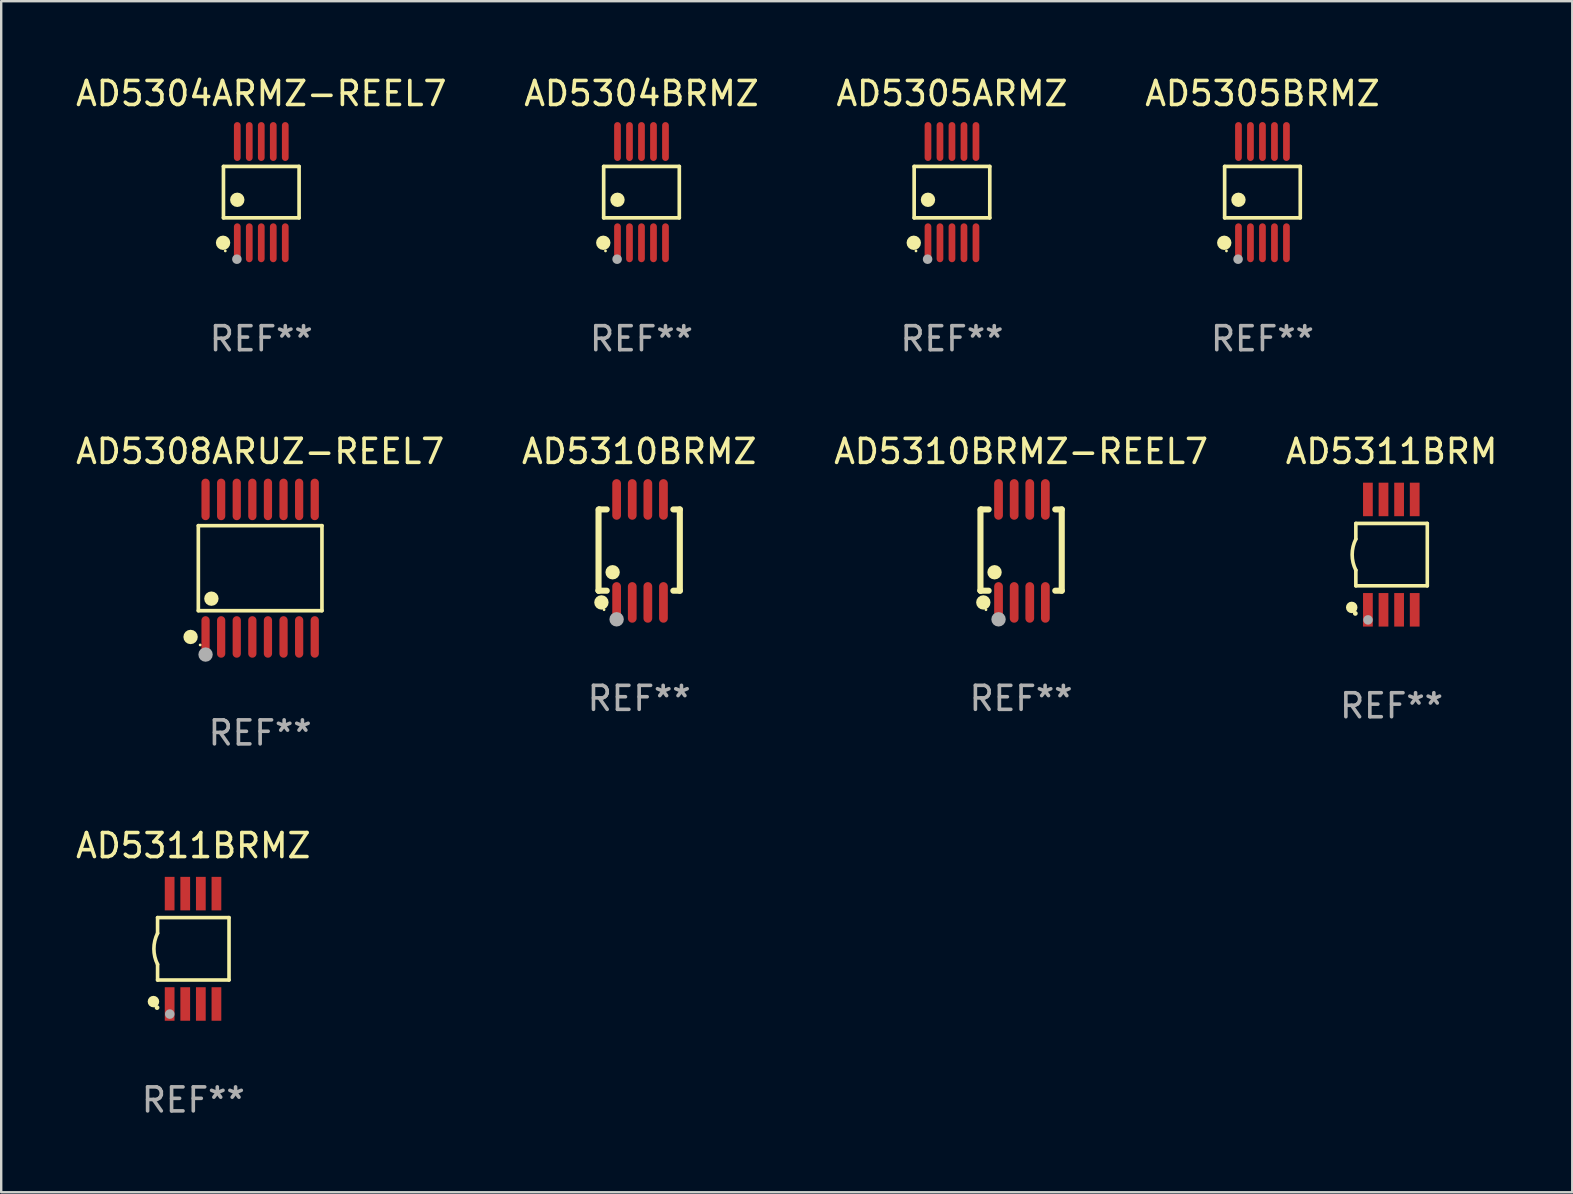
<source format=kicad_pcb>
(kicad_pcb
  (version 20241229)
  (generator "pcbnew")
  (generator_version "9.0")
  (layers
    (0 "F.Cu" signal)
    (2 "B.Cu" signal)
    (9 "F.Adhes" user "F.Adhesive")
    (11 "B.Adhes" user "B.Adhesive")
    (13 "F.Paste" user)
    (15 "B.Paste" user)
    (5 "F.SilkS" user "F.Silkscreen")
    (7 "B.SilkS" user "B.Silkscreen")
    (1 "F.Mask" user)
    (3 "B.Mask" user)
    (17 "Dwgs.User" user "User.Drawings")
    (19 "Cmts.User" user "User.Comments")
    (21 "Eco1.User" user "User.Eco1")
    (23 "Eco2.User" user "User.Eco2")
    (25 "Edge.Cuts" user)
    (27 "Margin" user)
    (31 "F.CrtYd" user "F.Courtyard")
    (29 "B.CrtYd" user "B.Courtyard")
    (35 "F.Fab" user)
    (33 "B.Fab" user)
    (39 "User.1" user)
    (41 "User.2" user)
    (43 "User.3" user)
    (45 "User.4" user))
  (footprint "AD5310BRMZ-REEL7"
    (layer "F.Cu")
    (at 39.506 19.911)
    (property "Reference" "AD5310BRMZ-REEL7" (at 0 -4.146 0) (layer "F.SilkS") (effects (font (size 1 1) (thickness 0.15))))
    (attr through_hole)
    (fp_line (start -1.694 -1.724) (end -1.694 1.652) (stroke (width 0.254) (type solid)) (layer "F.SilkS"))
    (fp_line (start -1.694 1.652) (end -1.688 1.658) (stroke (width 0.254) (type solid)) (layer "F.SilkS"))
    (fp_line (start -1.688 1.658) (end -1.353 1.658) (stroke (width 0.254) (type solid)) (layer "F.SilkS"))
    (fp_line (start -1.661 -1.73) (end -1.681 -1.71) (stroke (width 0.254) (type solid)) (layer "F.SilkS"))
    (fp_line (start -1.353 -1.73) (end -1.661 -1.73) (stroke (width 0.254) (type solid)) (layer "F.SilkS"))
    (fp_line (start 1.424 1.658) (end 1.694 1.658) (stroke (width 0.254) (type solid)) (layer "F.SilkS"))
    (fp_line (start 1.694 -1.73) (end 1.424 -1.73) (stroke (width 0.254) (type solid)) (layer "F.SilkS"))
    (fp_line (start 1.694 1.658) (end 1.694 -1.73) (stroke (width 0.254) (type solid)) (layer "F.SilkS"))
    (fp_circle (center -1.574 2.146) (end -1.424 2.146) (stroke (width 0.3) (type solid)) (fill no) (layer "F.SilkS"))
    (fp_circle (center -1.464 2.45) (end -1.434 2.45) (stroke (width 0.06) (type solid)) (fill no) (layer "F.SilkS"))
    (fp_circle (center -1.107 0.889) (end -0.957 0.889) (stroke (width 0.3) (type solid)) (fill no) (layer "F.SilkS"))
    (fp_circle (center -0.94 2.85) (end -0.789 2.85) (stroke (width 0.3) (type solid)) (fill no) (layer "F.Fab"))
    (fp_text user "REF**" (at 0 6.146 0) (layer "F.Fab") (effects (font (size 1 1) (thickness 0.15))))
    (pad "1" smd oval (at -0.94 2.146) (size 0.364 1.692) (layers "F.Cu" "F.Mask" "F.Paste"))
    (pad "2" smd oval (at -0.289 2.146) (size 0.364 1.692) (layers "F.Cu" "F.Mask" "F.Paste"))
    (pad "3" smd oval (at 0.361 2.146) (size 0.364 1.692) (layers "F.Cu" "F.Mask" "F.Paste"))
    (pad "4" smd oval (at 1.011 2.146) (size 0.364 1.692) (layers "F.Cu" "F.Mask" "F.Paste"))
    (pad "5" smd oval (at 1.011 -2.146) (size 0.364 1.692) (layers "F.Cu" "F.Mask" "F.Paste"))
    (pad "6" smd oval (at 0.361 -2.146) (size 0.364 1.692) (layers "F.Cu" "F.Mask" "F.Paste"))
    (pad "7" smd oval (at -0.289 -2.146) (size 0.364 1.692) (layers "F.Cu" "F.Mask" "F.Paste"))
    (pad "8" smd oval (at -0.94 -2.146) (size 0.364 1.692) (layers "F.Cu" "F.Mask" "F.Paste")))
  (footprint "AD5311BRMZ"
    (layer "F.Cu")
    (at 5.006 36.493)
    (property "Reference" "AD5311BRMZ" (at 0 -4.3 0) (layer "F.SilkS") (effects (font (size 1 1) (thickness 0.15))))
    (attr through_hole)
    (fp_line (start -1.489 -1.3) (end -1.489 -0.648) (stroke (width 0.15) (type solid)) (layer "F.SilkS"))
    (fp_line (start -1.489 0.648) (end -1.489 1.3) (stroke (width 0.15) (type solid)) (layer "F.SilkS"))
    (fp_line (start -1.489 1.3) (end 1.489 1.3) (stroke (width 0.15) (type solid)) (layer "F.SilkS"))
    (fp_line (start 1.489 -1.3) (end -1.489 -1.3) (stroke (width 0.15) (type solid)) (layer "F.SilkS"))
    (fp_line (start 1.489 1.3) (end 1.489 -1.3) (stroke (width 0.15) (type solid)) (layer "F.SilkS"))
    (fp_arc (start -1.489205 0.647702) (mid -1.642107 0) (end -1.489205 -0.647701) (stroke (width 0.150013) (type solid)) (layer "F.SilkS"))
    (fp_circle (center -1.661 2.2) (end -1.541 2.2) (stroke (width 0.24) (type solid)) (fill no) (layer "F.SilkS"))
    (fp_circle (center -1.511 2.45) (end -1.461 2.45) (stroke (width 0.1) (type solid)) (fill no) (layer "F.SilkS"))
    (fp_circle (center -0.981 2.72) (end -0.881 2.72) (stroke (width 0.2) (type solid)) (fill no) (layer "F.Fab"))
    (fp_text user "REF**" (at 0 6.3 0) (layer "F.Fab") (effects (font (size 1 1) (thickness 0.15))))
    (pad "1" smd rect (at -0.986 2.3) (size 0.406 1.397) (layers "F.Cu" "F.Mask" "F.Paste"))
    (pad "2" smd rect (at -0.336 2.3) (size 0.406 1.397) (layers "F.Cu" "F.Mask" "F.Paste"))
    (pad "3" smd rect (at 0.314 2.3) (size 0.406 1.397) (layers "F.Cu" "F.Mask" "F.Paste"))
    (pad "4" smd rect (at 0.964 2.3) (size 0.406 1.397) (layers "F.Cu" "F.Mask" "F.Paste"))
    (pad "5" smd rect (at 0.964 -2.3) (size 0.406 1.397) (layers "F.Cu" "F.Mask" "F.Paste"))
    (pad "6" smd rect (at 0.314 -2.3) (size 0.406 1.397) (layers "F.Cu" "F.Mask" "F.Paste"))
    (pad "7" smd rect (at -0.336 -2.3) (size 0.406 1.397) (layers "F.Cu" "F.Mask" "F.Paste"))
    (pad "8" smd rect (at -0.986 -2.3) (size 0.406 1.397) (layers "F.Cu" "F.Mask" "F.Paste")))
  (footprint "AD5304ARMZ-REEL7"
    (layer "F.Cu")
    (at 7.839 4.958)
    (property "Reference" "AD5304ARMZ-REEL7" (at 0 -4.11 0) (layer "F.SilkS") (effects (font (size 1 1) (thickness 0.15))))
    (attr through_hole)
    (fp_line (start -1.576 -1.071) (end 1.576 -1.071) (stroke (width 0.152) (type solid)) (layer "F.SilkS"))
    (fp_line (start -1.576 1.071) (end -1.576 -1.071) (stroke (width 0.152) (type solid)) (layer "F.SilkS"))
    (fp_line (start 1.576 -1.071) (end 1.576 1.071) (stroke (width 0.152) (type solid)) (layer "F.SilkS"))
    (fp_line (start 1.576 1.071) (end -1.576 1.071) (stroke (width 0.152) (type solid)) (layer "F.SilkS"))
    (fp_circle (center -1.592 2.11) (end -1.442 2.11) (stroke (width 0.3) (type solid)) (fill no) (layer "F.SilkS"))
    (fp_circle (center -1.5 2.45) (end -1.47 2.45) (stroke (width 0.06) (type solid)) (fill no) (layer "F.SilkS"))
    (fp_circle (center -1 0.319) (end -0.85 0.319) (stroke (width 0.3) (type solid)) (fill no) (layer "F.SilkS"))
    (fp_circle (center -1.016 2.794) (end -0.916 2.794) (stroke (width 0.2) (type solid)) (fill no) (layer "F.Fab"))
    (fp_text user "REF**" (at 0 6.11 0) (layer "F.Fab") (effects (font (size 1 1) (thickness 0.15))))
    (pad "1" smd oval (at -1 2.11) (size 0.28 1.62) (layers "F.Cu" "F.Mask" "F.Paste"))
    (pad "2" smd oval (at -0.5 2.11) (size 0.28 1.62) (layers "F.Cu" "F.Mask" "F.Paste"))
    (pad "3" smd oval (at 0 2.11) (size 0.28 1.62) (layers "F.Cu" "F.Mask" "F.Paste"))
    (pad "4" smd oval (at 0.5 2.11) (size 0.28 1.62) (layers "F.Cu" "F.Mask" "F.Paste"))
    (pad "5" smd oval (at 1 2.11) (size 0.28 1.62) (layers "F.Cu" "F.Mask" "F.Paste"))
    (pad "6" smd oval (at 1 -2.11) (size 0.28 1.62) (layers "F.Cu" "F.Mask" "F.Paste"))
    (pad "7" smd oval (at 0.5 -2.11) (size 0.28 1.62) (layers "F.Cu" "F.Mask" "F.Paste"))
    (pad "8" smd oval (at 0 -2.11) (size 0.28 1.62) (layers "F.Cu" "F.Mask" "F.Paste"))
    (pad "9" smd oval (at -0.5 -2.11) (size 0.28 1.62) (layers "F.Cu" "F.Mask" "F.Paste"))
    (pad "10" smd oval (at -1 -2.11) (size 0.28 1.62) (layers "F.Cu" "F.Mask" "F.Paste")))
  (footprint "AD5311BRM"
    (layer "F.Cu")
    (at 54.946 20.065)
    (property "Reference" "AD5311BRM" (at 0 -4.3 0) (layer "F.SilkS") (effects (font (size 1 1) (thickness 0.15))))
    (attr through_hole)
    (fp_line (start -1.489 -1.3) (end -1.489 -0.648) (stroke (width 0.15) (type solid)) (layer "F.SilkS"))
    (fp_line (start -1.489 0.648) (end -1.489 1.3) (stroke (width 0.15) (type solid)) (layer "F.SilkS"))
    (fp_line (start -1.489 1.3) (end 1.489 1.3) (stroke (width 0.15) (type solid)) (layer "F.SilkS"))
    (fp_line (start 1.489 -1.3) (end -1.489 -1.3) (stroke (width 0.15) (type solid)) (layer "F.SilkS"))
    (fp_line (start 1.489 1.3) (end 1.489 -1.3) (stroke (width 0.15) (type solid)) (layer "F.SilkS"))
    (fp_arc (start -1.489205 0.647702) (mid -1.642107 0) (end -1.489205 -0.647701) (stroke (width 0.150013) (type solid)) (layer "F.SilkS"))
    (fp_circle (center -1.661 2.2) (end -1.541 2.2) (stroke (width 0.24) (type solid)) (fill no) (layer "F.SilkS"))
    (fp_circle (center -1.511 2.45) (end -1.461 2.45) (stroke (width 0.1) (type solid)) (fill no) (layer "F.SilkS"))
    (fp_circle (center -0.981 2.72) (end -0.881 2.72) (stroke (width 0.2) (type solid)) (fill no) (layer "F.Fab"))
    (fp_text user "REF**" (at 0 6.3 0) (layer "F.Fab") (effects (font (size 1 1) (thickness 0.15))))
    (pad "1" smd rect (at -0.986 2.3) (size 0.406 1.397) (layers "F.Cu" "F.Mask" "F.Paste"))
    (pad "2" smd rect (at -0.336 2.3) (size 0.406 1.397) (layers "F.Cu" "F.Mask" "F.Paste"))
    (pad "3" smd rect (at 0.314 2.3) (size 0.406 1.397) (layers "F.Cu" "F.Mask" "F.Paste"))
    (pad "4" smd rect (at 0.964 2.3) (size 0.406 1.397) (layers "F.Cu" "F.Mask" "F.Paste"))
    (pad "5" smd rect (at 0.964 -2.3) (size 0.406 1.397) (layers "F.Cu" "F.Mask" "F.Paste"))
    (pad "6" smd rect (at 0.314 -2.3) (size 0.406 1.397) (layers "F.Cu" "F.Mask" "F.Paste"))
    (pad "7" smd rect (at -0.336 -2.3) (size 0.406 1.397) (layers "F.Cu" "F.Mask" "F.Paste"))
    (pad "8" smd rect (at -0.986 -2.3) (size 0.406 1.397) (layers "F.Cu" "F.Mask" "F.Paste")))
  (footprint "AD5310BRMZ"
    (layer "F.Cu")
    (at 23.589 19.911)
    (property "Reference" "AD5310BRMZ" (at 0 -4.146 0) (layer "F.SilkS") (effects (font (size 1 1) (thickness 0.15))))
    (attr through_hole)
    (fp_line (start -1.694 -1.724) (end -1.694 1.652) (stroke (width 0.254) (type solid)) (layer "F.SilkS"))
    (fp_line (start -1.694 1.652) (end -1.688 1.658) (stroke (width 0.254) (type solid)) (layer "F.SilkS"))
    (fp_line (start -1.688 1.658) (end -1.353 1.658) (stroke (width 0.254) (type solid)) (layer "F.SilkS"))
    (fp_line (start -1.661 -1.73) (end -1.681 -1.71) (stroke (width 0.254) (type solid)) (layer "F.SilkS"))
    (fp_line (start -1.353 -1.73) (end -1.661 -1.73) (stroke (width 0.254) (type solid)) (layer "F.SilkS"))
    (fp_line (start 1.424 1.658) (end 1.694 1.658) (stroke (width 0.254) (type solid)) (layer "F.SilkS"))
    (fp_line (start 1.694 -1.73) (end 1.424 -1.73) (stroke (width 0.254) (type solid)) (layer "F.SilkS"))
    (fp_line (start 1.694 1.658) (end 1.694 -1.73) (stroke (width 0.254) (type solid)) (layer "F.SilkS"))
    (fp_circle (center -1.574 2.146) (end -1.424 2.146) (stroke (width 0.3) (type solid)) (fill no) (layer "F.SilkS"))
    (fp_circle (center -1.464 2.45) (end -1.434 2.45) (stroke (width 0.06) (type solid)) (fill no) (layer "F.SilkS"))
    (fp_circle (center -1.107 0.889) (end -0.957 0.889) (stroke (width 0.3) (type solid)) (fill no) (layer "F.SilkS"))
    (fp_circle (center -0.94 2.85) (end -0.789 2.85) (stroke (width 0.3) (type solid)) (fill no) (layer "F.Fab"))
    (fp_text user "REF**" (at 0 6.146 0) (layer "F.Fab") (effects (font (size 1 1) (thickness 0.15))))
    (pad "1" smd oval (at -0.94 2.146) (size 0.364 1.692) (layers "F.Cu" "F.Mask" "F.Paste"))
    (pad "2" smd oval (at -0.289 2.146) (size 0.364 1.692) (layers "F.Cu" "F.Mask" "F.Paste"))
    (pad "3" smd oval (at 0.361 2.146) (size 0.364 1.692) (layers "F.Cu" "F.Mask" "F.Paste"))
    (pad "4" smd oval (at 1.011 2.146) (size 0.364 1.692) (layers "F.Cu" "F.Mask" "F.Paste"))
    (pad "5" smd oval (at 1.011 -2.146) (size 0.364 1.692) (layers "F.Cu" "F.Mask" "F.Paste"))
    (pad "6" smd oval (at 0.361 -2.146) (size 0.364 1.692) (layers "F.Cu" "F.Mask" "F.Paste"))
    (pad "7" smd oval (at -0.289 -2.146) (size 0.364 1.692) (layers "F.Cu" "F.Mask" "F.Paste"))
    (pad "8" smd oval (at -0.94 -2.146) (size 0.364 1.692) (layers "F.Cu" "F.Mask" "F.Paste")))
  (footprint "AD5304BRMZ"
    (layer "F.Cu")
    (at 23.685 4.958)
    (property "Reference" "AD5304BRMZ" (at 0 -4.11 0) (layer "F.SilkS") (effects (font (size 1 1) (thickness 0.15))))
    (attr through_hole)
    (fp_line (start -1.576 -1.071) (end 1.576 -1.071) (stroke (width 0.152) (type solid)) (layer "F.SilkS"))
    (fp_line (start -1.576 1.071) (end -1.576 -1.071) (stroke (width 0.152) (type solid)) (layer "F.SilkS"))
    (fp_line (start 1.576 -1.071) (end 1.576 1.071) (stroke (width 0.152) (type solid)) (layer "F.SilkS"))
    (fp_line (start 1.576 1.071) (end -1.576 1.071) (stroke (width 0.152) (type solid)) (layer "F.SilkS"))
    (fp_circle (center -1.592 2.11) (end -1.442 2.11) (stroke (width 0.3) (type solid)) (fill no) (layer "F.SilkS"))
    (fp_circle (center -1.5 2.45) (end -1.47 2.45) (stroke (width 0.06) (type solid)) (fill no) (layer "F.SilkS"))
    (fp_circle (center -1 0.319) (end -0.85 0.319) (stroke (width 0.3) (type solid)) (fill no) (layer "F.SilkS"))
    (fp_circle (center -1.016 2.794) (end -0.916 2.794) (stroke (width 0.2) (type solid)) (fill no) (layer "F.Fab"))
    (fp_text user "REF**" (at 0 6.11 0) (layer "F.Fab") (effects (font (size 1 1) (thickness 0.15))))
    (pad "1" smd oval (at -1 2.11) (size 0.28 1.62) (layers "F.Cu" "F.Mask" "F.Paste"))
    (pad "2" smd oval (at -0.5 2.11) (size 0.28 1.62) (layers "F.Cu" "F.Mask" "F.Paste"))
    (pad "3" smd oval (at 0 2.11) (size 0.28 1.62) (layers "F.Cu" "F.Mask" "F.Paste"))
    (pad "4" smd oval (at 0.5 2.11) (size 0.28 1.62) (layers "F.Cu" "F.Mask" "F.Paste"))
    (pad "5" smd oval (at 1 2.11) (size 0.28 1.62) (layers "F.Cu" "F.Mask" "F.Paste"))
    (pad "6" smd oval (at 1 -2.11) (size 0.28 1.62) (layers "F.Cu" "F.Mask" "F.Paste"))
    (pad "7" smd oval (at 0.5 -2.11) (size 0.28 1.62) (layers "F.Cu" "F.Mask" "F.Paste"))
    (pad "8" smd oval (at 0 -2.11) (size 0.28 1.62) (layers "F.Cu" "F.Mask" "F.Paste"))
    (pad "9" smd oval (at -0.5 -2.11) (size 0.28 1.62) (layers "F.Cu" "F.Mask" "F.Paste"))
    (pad "10" smd oval (at -1 -2.11) (size 0.28 1.62) (layers "F.Cu" "F.Mask" "F.Paste")))
  (footprint "AD5308ARUZ-REEL7"
    (layer "F.Cu")
    (at 7.792 20.63)
    (property "Reference" "AD5308ARUZ-REEL7" (at 0 -4.866 0) (layer "F.SilkS") (effects (font (size 1 1) (thickness 0.15))))
    (attr through_hole)
    (fp_line (start -2.576 -1.772) (end 2.576 -1.772) (stroke (width 0.152) (type solid)) (layer "F.SilkS"))
    (fp_line (start -2.576 1.771) (end -2.576 -1.772) (stroke (width 0.152) (type solid)) (layer "F.SilkS"))
    (fp_line (start 2.576 -1.772) (end 2.576 1.771) (stroke (width 0.152) (type solid)) (layer "F.SilkS"))
    (fp_line (start 2.576 1.771) (end -2.576 1.771) (stroke (width 0.152) (type solid)) (layer "F.SilkS"))
    (fp_circle (center -2.899 2.866) (end -2.749 2.866) (stroke (width 0.3) (type solid)) (fill no) (layer "F.SilkS"))
    (fp_circle (center -2.5 3.2) (end -2.47 3.2) (stroke (width 0.06) (type solid)) (fill no) (layer "F.SilkS"))
    (fp_circle (center -2.032 1.27) (end -1.882 1.27) (stroke (width 0.3) (type solid)) (fill no) (layer "F.SilkS"))
    (fp_circle (center -2.275 3.6) (end -2.125 3.6) (stroke (width 0.3) (type solid)) (fill no) (layer "F.Fab"))
    (fp_text user "REF**" (at 0 6.866 0) (layer "F.Fab") (effects (font (size 1 1) (thickness 0.15))))
    (pad "1" smd oval (at -2.275 2.866) (size 0.343 1.731) (layers "F.Cu" "F.Mask" "F.Paste"))
    (pad "2" smd oval (at -1.625 2.866) (size 0.343 1.731) (layers "F.Cu" "F.Mask" "F.Paste"))
    (pad "3" smd oval (at -0.975 2.866) (size 0.343 1.731) (layers "F.Cu" "F.Mask" "F.Paste"))
    (pad "4" smd oval (at -0.325 2.866) (size 0.343 1.731) (layers "F.Cu" "F.Mask" "F.Paste"))
    (pad "5" smd oval (at 0.325 2.866) (size 0.343 1.731) (layers "F.Cu" "F.Mask" "F.Paste"))
    (pad "6" smd oval (at 0.975 2.866) (size 0.343 1.731) (layers "F.Cu" "F.Mask" "F.Paste"))
    (pad "7" smd oval (at 1.625 2.866) (size 0.343 1.731) (layers "F.Cu" "F.Mask" "F.Paste"))
    (pad "8" smd oval (at 2.275 2.866) (size 0.343 1.731) (layers "F.Cu" "F.Mask" "F.Paste"))
    (pad "9" smd oval (at 2.275 -2.866) (size 0.343 1.731) (layers "F.Cu" "F.Mask" "F.Paste"))
    (pad "10" smd oval (at 1.625 -2.866) (size 0.343 1.731) (layers "F.Cu" "F.Mask" "F.Paste"))
    (pad "11" smd oval (at 0.975 -2.866) (size 0.343 1.731) (layers "F.Cu" "F.Mask" "F.Paste"))
    (pad "12" smd oval (at 0.325 -2.866) (size 0.343 1.731) (layers "F.Cu" "F.Mask" "F.Paste"))
    (pad "13" smd oval (at -0.325 -2.866) (size 0.343 1.731) (layers "F.Cu" "F.Mask" "F.Paste"))
    (pad "14" smd oval (at -0.975 -2.866) (size 0.343 1.731) (layers "F.Cu" "F.Mask" "F.Paste"))
    (pad "15" smd oval (at -1.625 -2.866) (size 0.343 1.731) (layers "F.Cu" "F.Mask" "F.Paste"))
    (pad "16" smd oval (at -2.275 -2.866) (size 0.343 1.731) (layers "F.Cu" "F.Mask" "F.Paste")))
  (footprint "AD5305ARMZ"
    (layer "F.Cu")
    (at 36.625 4.958)
    (property "Reference" "AD5305ARMZ" (at 0 -4.11 0) (layer "F.SilkS") (effects (font (size 1 1) (thickness 0.15))))
    (attr through_hole)
    (fp_line (start -1.576 -1.071) (end 1.576 -1.071) (stroke (width 0.152) (type solid)) (layer "F.SilkS"))
    (fp_line (start -1.576 1.071) (end -1.576 -1.071) (stroke (width 0.152) (type solid)) (layer "F.SilkS"))
    (fp_line (start 1.576 -1.071) (end 1.576 1.071) (stroke (width 0.152) (type solid)) (layer "F.SilkS"))
    (fp_line (start 1.576 1.071) (end -1.576 1.071) (stroke (width 0.152) (type solid)) (layer "F.SilkS"))
    (fp_circle (center -1.592 2.11) (end -1.442 2.11) (stroke (width 0.3) (type solid)) (fill no) (layer "F.SilkS"))
    (fp_circle (center -1.5 2.45) (end -1.47 2.45) (stroke (width 0.06) (type solid)) (fill no) (layer "F.SilkS"))
    (fp_circle (center -1 0.319) (end -0.85 0.319) (stroke (width 0.3) (type solid)) (fill no) (layer "F.SilkS"))
    (fp_circle (center -1.016 2.794) (end -0.916 2.794) (stroke (width 0.2) (type solid)) (fill no) (layer "F.Fab"))
    (fp_text user "REF**" (at 0 6.11 0) (layer "F.Fab") (effects (font (size 1 1) (thickness 0.15))))
    (pad "1" smd oval (at -1 2.11) (size 0.28 1.62) (layers "F.Cu" "F.Mask" "F.Paste"))
    (pad "2" smd oval (at -0.5 2.11) (size 0.28 1.62) (layers "F.Cu" "F.Mask" "F.Paste"))
    (pad "3" smd oval (at 0 2.11) (size 0.28 1.62) (layers "F.Cu" "F.Mask" "F.Paste"))
    (pad "4" smd oval (at 0.5 2.11) (size 0.28 1.62) (layers "F.Cu" "F.Mask" "F.Paste"))
    (pad "5" smd oval (at 1 2.11) (size 0.28 1.62) (layers "F.Cu" "F.Mask" "F.Paste"))
    (pad "6" smd oval (at 1 -2.11) (size 0.28 1.62) (layers "F.Cu" "F.Mask" "F.Paste"))
    (pad "7" smd oval (at 0.5 -2.11) (size 0.28 1.62) (layers "F.Cu" "F.Mask" "F.Paste"))
    (pad "8" smd oval (at 0 -2.11) (size 0.28 1.62) (layers "F.Cu" "F.Mask" "F.Paste"))
    (pad "9" smd oval (at -0.5 -2.11) (size 0.28 1.62) (layers "F.Cu" "F.Mask" "F.Paste"))
    (pad "10" smd oval (at -1 -2.11) (size 0.28 1.62) (layers "F.Cu" "F.Mask" "F.Paste")))
  (footprint "AD5305BRMZ"
    (layer "F.Cu")
    (at 49.565 4.958)
    (property "Reference" "AD5305BRMZ" (at 0 -4.11 0) (layer "F.SilkS") (effects (font (size 1 1) (thickness 0.15))))
    (attr through_hole)
    (fp_line (start -1.576 -1.071) (end 1.576 -1.071) (stroke (width 0.152) (type solid)) (layer "F.SilkS"))
    (fp_line (start -1.576 1.071) (end -1.576 -1.071) (stroke (width 0.152) (type solid)) (layer "F.SilkS"))
    (fp_line (start 1.576 -1.071) (end 1.576 1.071) (stroke (width 0.152) (type solid)) (layer "F.SilkS"))
    (fp_line (start 1.576 1.071) (end -1.576 1.071) (stroke (width 0.152) (type solid)) (layer "F.SilkS"))
    (fp_circle (center -1.592 2.11) (end -1.442 2.11) (stroke (width 0.3) (type solid)) (fill no) (layer "F.SilkS"))
    (fp_circle (center -1.5 2.45) (end -1.47 2.45) (stroke (width 0.06) (type solid)) (fill no) (layer "F.SilkS"))
    (fp_circle (center -1 0.319) (end -0.85 0.319) (stroke (width 0.3) (type solid)) (fill no) (layer "F.SilkS"))
    (fp_circle (center -1.016 2.794) (end -0.916 2.794) (stroke (width 0.2) (type solid)) (fill no) (layer "F.Fab"))
    (fp_text user "REF**" (at 0 6.11 0) (layer "F.Fab") (effects (font (size 1 1) (thickness 0.15))))
    (pad "1" smd oval (at -1 2.11) (size 0.28 1.62) (layers "F.Cu" "F.Mask" "F.Paste"))
    (pad "2" smd oval (at -0.5 2.11) (size 0.28 1.62) (layers "F.Cu" "F.Mask" "F.Paste"))
    (pad "3" smd oval (at 0 2.11) (size 0.28 1.62) (layers "F.Cu" "F.Mask" "F.Paste"))
    (pad "4" smd oval (at 0.5 2.11) (size 0.28 1.62) (layers "F.Cu" "F.Mask" "F.Paste"))
    (pad "5" smd oval (at 1 2.11) (size 0.28 1.62) (layers "F.Cu" "F.Mask" "F.Paste"))
    (pad "6" smd oval (at 1 -2.11) (size 0.28 1.62) (layers "F.Cu" "F.Mask" "F.Paste"))
    (pad "7" smd oval (at 0.5 -2.11) (size 0.28 1.62) (layers "F.Cu" "F.Mask" "F.Paste"))
    (pad "8" smd oval (at 0 -2.11) (size 0.28 1.62) (layers "F.Cu" "F.Mask" "F.Paste"))
    (pad "9" smd oval (at -0.5 -2.11) (size 0.28 1.62) (layers "F.Cu" "F.Mask" "F.Paste"))
    (pad "10" smd oval (at -1 -2.11) (size 0.28 1.62) (layers "F.Cu" "F.Mask" "F.Paste")))
  (gr_rect
    (start -3 -3)
    (end 62.476 46.641)
    (stroke (width 0.1) (type default))
    (fill no)
    (layer "Edge.Cuts")))
</source>
